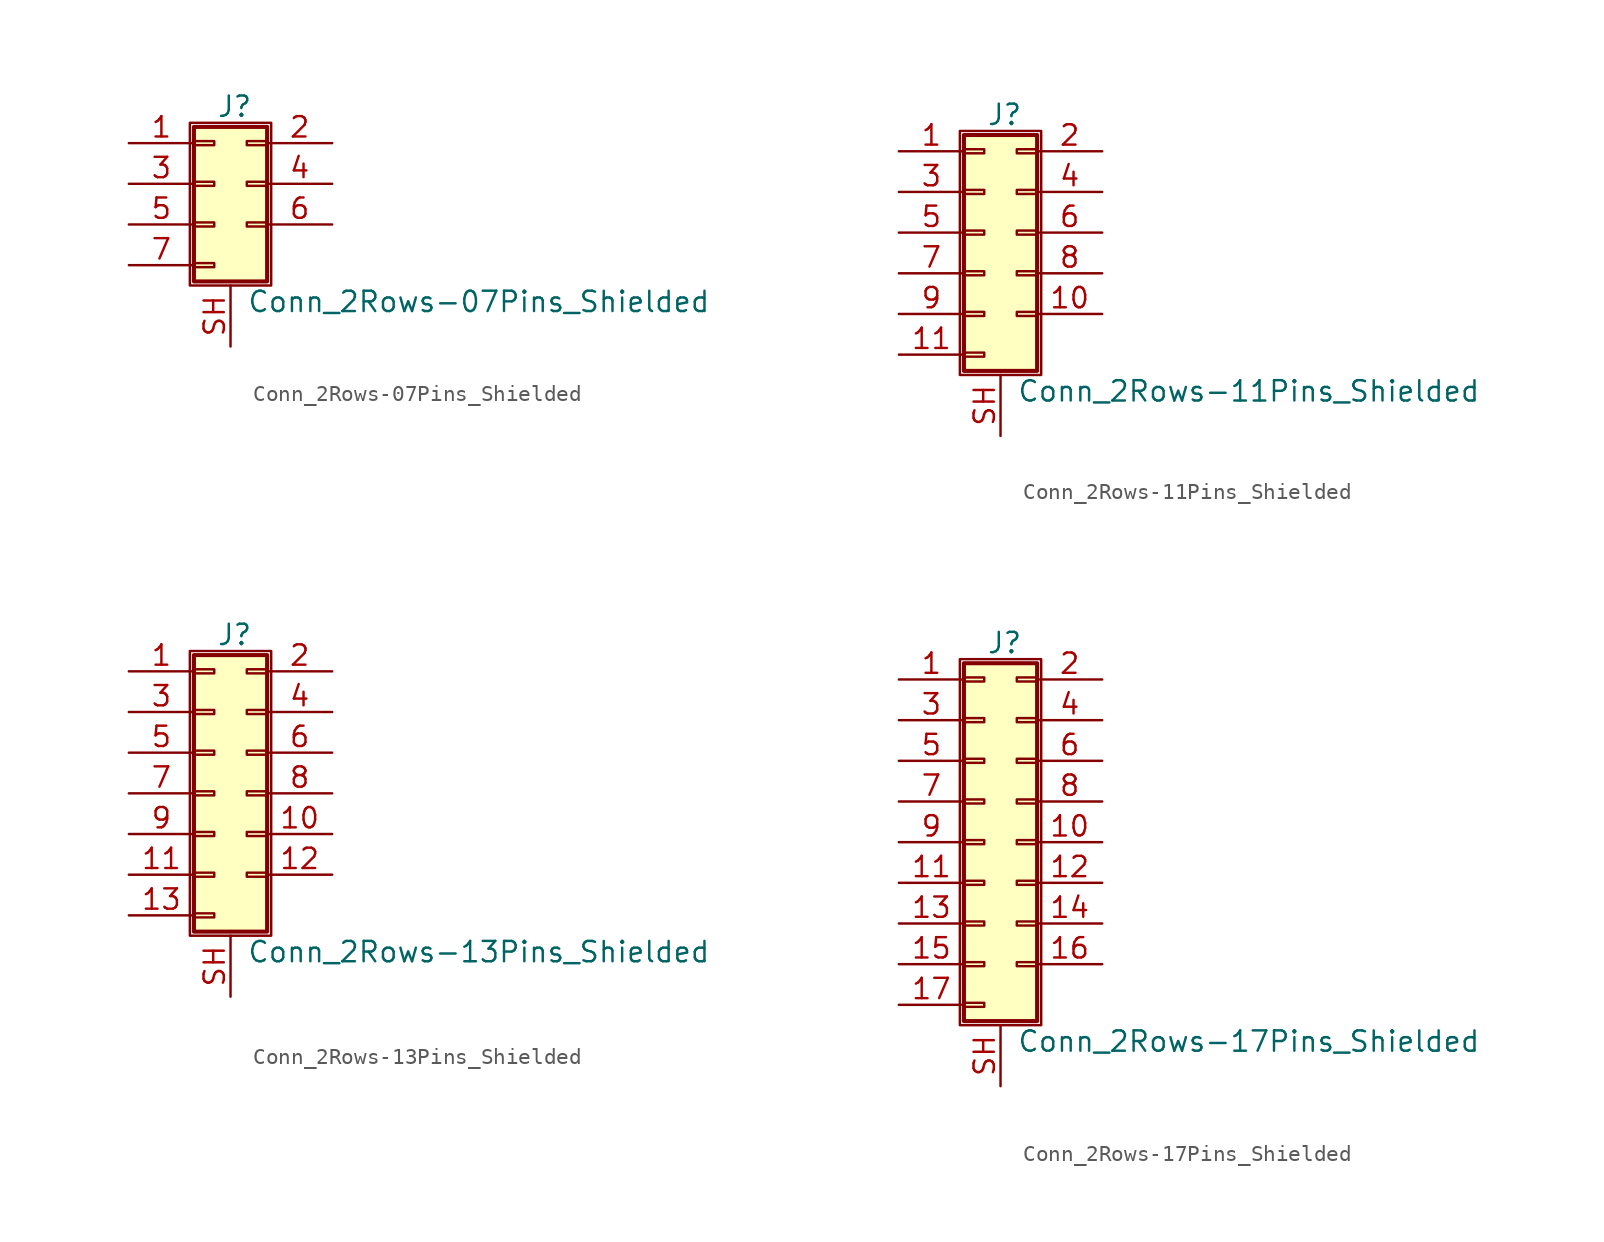
<source format=kicad_sym>
(kicad_symbol_lib
  (version 20201005)
  (generator kicad_symbol_editor)
  (symbol "Conn_2Rows-07Pins_Shielded"
    (pin_names
      (offset 1.016) hide)
    (property "Reference" "J"
      (at 1.524 4.826 0)
      (effects (font (size 1.27 1.27))))
    (property "Value" "Conn_2Rows-07Pins_Shielded"
      (at 2.286 -7.366 0)
      (effects (font (size 1.27 1.27)) (justify left)))
    (symbol "Conn_2Rows-07Pins_Shielded_1_1"
      (rectangle (start -1.27 3.81) (end 3.81 -6.35) (stroke (width 0.152)) (fill (type none)))
      (rectangle (start -1.016 -4.953) (end 0.254 -5.207) (stroke (width 0.152)) (fill (type none)))
      (rectangle (start -1.016 -2.413) (end 0.254 -2.667) (stroke (width 0.152)) (fill (type none)))
      (rectangle (start -1.016 0.127) (end 0.254 -0.127) (stroke (width 0.152)) (fill (type none)))
      (rectangle (start -1.016 2.667) (end 0.254 2.413) (stroke (width 0.152)) (fill (type none)))
      (rectangle (start -1.016 3.556) (end 3.556 -6.096) (stroke (width 0.254)) (fill (type background)))
      (rectangle (start 3.556 -2.413) (end 2.286 -2.667) (stroke (width 0.152)) (fill (type none)))
      (rectangle (start 3.556 0.127) (end 2.286 -0.127) (stroke (width 0.152)) (fill (type none)))
      (rectangle (start 3.556 2.667) (end 2.286 2.413) (stroke (width 0.152)) (fill (type none)))
      (pin passive line (at -5.08 2.54 0) (length 4.064) (name "Pin_1" (effects (font (size 1.27 1.27)))) (number "1" (effects (font (size 1.27 1.27)))))
      (pin passive line (at 7.62 2.54 180) (length 4.064) (name "Pin_2" (effects (font (size 1.27 1.27)))) (number "2" (effects (font (size 1.27 1.27)))))
      (pin passive line (at -5.08 0 0) (length 4.064) (name "Pin_3" (effects (font (size 1.27 1.27)))) (number "3" (effects (font (size 1.27 1.27)))))
      (pin passive line (at 7.62 0 180) (length 4.064) (name "Pin_4" (effects (font (size 1.27 1.27)))) (number "4" (effects (font (size 1.27 1.27)))))
      (pin passive line (at -5.08 -2.54 0) (length 4.064) (name "Pin_5" (effects (font (size 1.27 1.27)))) (number "5" (effects (font (size 1.27 1.27)))))
      (pin passive line (at 7.62 -2.54 180) (length 4.064) (name "Pin_6" (effects (font (size 1.27 1.27)))) (number "6" (effects (font (size 1.27 1.27)))))
      (pin passive line (at -5.08 -5.08 0) (length 4.064) (name "Pin_7" (effects (font (size 1.27 1.27)))) (number "7" (effects (font (size 1.27 1.27)))))
      (pin passive line (at 1.27 -10.16 90) (length 3.81) (name "Shield" (effects (font (size 1.27 1.27)))) (number "SH" (effects (font (size 1.27 1.27)))))))
  (symbol "Conn_2Rows-11Pins_Shielded"
    (pin_names
      (offset 1.016) hide)
    (property "Reference" "J"
      (at 1.524 7.366 0)
      (effects (font (size 1.27 1.27))))
    (property "Value" "Conn_2Rows-11Pins_Shielded"
      (at 2.286 -9.906 0)
      (effects (font (size 1.27 1.27)) (justify left)))
    (symbol "Conn_2Rows-11Pins_Shielded_1_1"
      (rectangle (start -1.27 6.35) (end 3.81 -8.89) (stroke (width 0.152)) (fill (type none)))
      (rectangle (start -1.016 -7.493) (end 0.254 -7.747) (stroke (width 0.152)) (fill (type none)))
      (rectangle (start -1.016 -4.953) (end 0.254 -5.207) (stroke (width 0.152)) (fill (type none)))
      (rectangle (start -1.016 -2.413) (end 0.254 -2.667) (stroke (width 0.152)) (fill (type none)))
      (rectangle (start -1.016 0.127) (end 0.254 -0.127) (stroke (width 0.152)) (fill (type none)))
      (rectangle (start -1.016 2.667) (end 0.254 2.413) (stroke (width 0.152)) (fill (type none)))
      (rectangle (start -1.016 5.207) (end 0.254 4.953) (stroke (width 0.152)) (fill (type none)))
      (rectangle (start -1.016 6.096) (end 3.556 -8.636) (stroke (width 0.254)) (fill (type background)))
      (rectangle (start 3.556 -4.953) (end 2.286 -5.207) (stroke (width 0.152)) (fill (type none)))
      (rectangle (start 3.556 -2.413) (end 2.286 -2.667) (stroke (width 0.152)) (fill (type none)))
      (rectangle (start 3.556 0.127) (end 2.286 -0.127) (stroke (width 0.152)) (fill (type none)))
      (rectangle (start 3.556 2.667) (end 2.286 2.413) (stroke (width 0.152)) (fill (type none)))
      (rectangle (start 3.556 5.207) (end 2.286 4.953) (stroke (width 0.152)) (fill (type none)))
      (pin passive line (at -5.08 5.08 0) (length 4.064) (name "Pin_1" (effects (font (size 1.27 1.27)))) (number "1" (effects (font (size 1.27 1.27)))))
      (pin passive line (at 7.62 -5.08 180) (length 4.064) (name "Pin_10" (effects (font (size 1.27 1.27)))) (number "10" (effects (font (size 1.27 1.27)))))
      (pin passive line (at -5.08 -7.62 0) (length 4.064) (name "Pin_11" (effects (font (size 1.27 1.27)))) (number "11" (effects (font (size 1.27 1.27)))))
      (pin passive line (at 7.62 5.08 180) (length 4.064) (name "Pin_2" (effects (font (size 1.27 1.27)))) (number "2" (effects (font (size 1.27 1.27)))))
      (pin passive line (at -5.08 2.54 0) (length 4.064) (name "Pin_3" (effects (font (size 1.27 1.27)))) (number "3" (effects (font (size 1.27 1.27)))))
      (pin passive line (at 7.62 2.54 180) (length 4.064) (name "Pin_4" (effects (font (size 1.27 1.27)))) (number "4" (effects (font (size 1.27 1.27)))))
      (pin passive line (at -5.08 0 0) (length 4.064) (name "Pin_5" (effects (font (size 1.27 1.27)))) (number "5" (effects (font (size 1.27 1.27)))))
      (pin passive line (at 7.62 0 180) (length 4.064) (name "Pin_6" (effects (font (size 1.27 1.27)))) (number "6" (effects (font (size 1.27 1.27)))))
      (pin passive line (at -5.08 -2.54 0) (length 4.064) (name "Pin_7" (effects (font (size 1.27 1.27)))) (number "7" (effects (font (size 1.27 1.27)))))
      (pin passive line (at 7.62 -2.54 180) (length 4.064) (name "Pin_8" (effects (font (size 1.27 1.27)))) (number "8" (effects (font (size 1.27 1.27)))))
      (pin passive line (at -5.08 -5.08 0) (length 4.064) (name "Pin_9" (effects (font (size 1.27 1.27)))) (number "9" (effects (font (size 1.27 1.27)))))
      (pin passive line (at 1.27 -12.7 90) (length 3.81) (name "Shield" (effects (font (size 1.27 1.27)))) (number "SH" (effects (font (size 1.27 1.27)))))))
  (symbol "Conn_2Rows-13Pins_Shielded"
    (pin_names
      (offset 1.016) hide)
    (property "Reference" "J"
      (at 1.524 9.906 0)
      (effects (font (size 1.27 1.27))))
    (property "Value" "Conn_2Rows-13Pins_Shielded"
      (at 2.286 -9.906 0)
      (effects (font (size 1.27 1.27)) (justify left)))
    (symbol "Conn_2Rows-13Pins_Shielded_1_1"
      (rectangle (start -1.27 8.89) (end 3.81 -8.89) (stroke (width 0.152)) (fill (type none)))
      (rectangle (start -1.016 -7.493) (end 0.254 -7.747) (stroke (width 0.152)) (fill (type none)))
      (rectangle (start -1.016 -4.953) (end 0.254 -5.207) (stroke (width 0.152)) (fill (type none)))
      (rectangle (start -1.016 -2.413) (end 0.254 -2.667) (stroke (width 0.152)) (fill (type none)))
      (rectangle (start -1.016 0.127) (end 0.254 -0.127) (stroke (width 0.152)) (fill (type none)))
      (rectangle (start -1.016 2.667) (end 0.254 2.413) (stroke (width 0.152)) (fill (type none)))
      (rectangle (start -1.016 5.207) (end 0.254 4.953) (stroke (width 0.152)) (fill (type none)))
      (rectangle (start -1.016 7.747) (end 0.254 7.493) (stroke (width 0.152)) (fill (type none)))
      (rectangle (start -1.016 8.636) (end 3.556 -8.636) (stroke (width 0.254)) (fill (type background)))
      (rectangle (start 3.556 -4.953) (end 2.286 -5.207) (stroke (width 0.152)) (fill (type none)))
      (rectangle (start 3.556 -2.413) (end 2.286 -2.667) (stroke (width 0.152)) (fill (type none)))
      (rectangle (start 3.556 0.127) (end 2.286 -0.127) (stroke (width 0.152)) (fill (type none)))
      (rectangle (start 3.556 2.667) (end 2.286 2.413) (stroke (width 0.152)) (fill (type none)))
      (rectangle (start 3.556 5.207) (end 2.286 4.953) (stroke (width 0.152)) (fill (type none)))
      (rectangle (start 3.556 7.747) (end 2.286 7.493) (stroke (width 0.152)) (fill (type none)))
      (pin passive line (at -5.08 7.62 0) (length 4.064) (name "Pin_1" (effects (font (size 1.27 1.27)))) (number "1" (effects (font (size 1.27 1.27)))))
      (pin passive line (at 7.62 -2.54 180) (length 4.064) (name "Pin_10" (effects (font (size 1.27 1.27)))) (number "10" (effects (font (size 1.27 1.27)))))
      (pin passive line (at -5.08 -5.08 0) (length 4.064) (name "Pin_11" (effects (font (size 1.27 1.27)))) (number "11" (effects (font (size 1.27 1.27)))))
      (pin passive line (at 7.62 -5.08 180) (length 4.064) (name "Pin_12" (effects (font (size 1.27 1.27)))) (number "12" (effects (font (size 1.27 1.27)))))
      (pin passive line (at -5.08 -7.62 0) (length 4.064) (name "Pin_13" (effects (font (size 1.27 1.27)))) (number "13" (effects (font (size 1.27 1.27)))))
      (pin passive line (at 7.62 7.62 180) (length 4.064) (name "Pin_2" (effects (font (size 1.27 1.27)))) (number "2" (effects (font (size 1.27 1.27)))))
      (pin passive line (at -5.08 5.08 0) (length 4.064) (name "Pin_3" (effects (font (size 1.27 1.27)))) (number "3" (effects (font (size 1.27 1.27)))))
      (pin passive line (at 7.62 5.08 180) (length 4.064) (name "Pin_4" (effects (font (size 1.27 1.27)))) (number "4" (effects (font (size 1.27 1.27)))))
      (pin passive line (at -5.08 2.54 0) (length 4.064) (name "Pin_5" (effects (font (size 1.27 1.27)))) (number "5" (effects (font (size 1.27 1.27)))))
      (pin passive line (at 7.62 2.54 180) (length 4.064) (name "Pin_6" (effects (font (size 1.27 1.27)))) (number "6" (effects (font (size 1.27 1.27)))))
      (pin passive line (at -5.08 0 0) (length 4.064) (name "Pin_7" (effects (font (size 1.27 1.27)))) (number "7" (effects (font (size 1.27 1.27)))))
      (pin passive line (at 7.62 0 180) (length 4.064) (name "Pin_8" (effects (font (size 1.27 1.27)))) (number "8" (effects (font (size 1.27 1.27)))))
      (pin passive line (at -5.08 -2.54 0) (length 4.064) (name "Pin_9" (effects (font (size 1.27 1.27)))) (number "9" (effects (font (size 1.27 1.27)))))
      (pin passive line (at 1.27 -12.7 90) (length 3.81) (name "Shield" (effects (font (size 1.27 1.27)))) (number "SH" (effects (font (size 1.27 1.27)))))))
  (symbol "Conn_2Rows-17Pins_Shielded"
    (pin_names
      (offset 1.016) hide)
    (property "Reference" "J"
      (at 1.524 12.446 0)
      (effects (font (size 1.27 1.27))))
    (property "Value" "Conn_2Rows-17Pins_Shielded"
      (at 2.286 -12.446 0)
      (effects (font (size 1.27 1.27)) (justify left)))
    (symbol "Conn_2Rows-17Pins_Shielded_1_1"
      (rectangle (start -1.27 11.43) (end 3.81 -11.43) (stroke (width 0.152)) (fill (type none)))
      (rectangle (start -1.016 -10.033) (end 0.254 -10.287) (stroke (width 0.152)) (fill (type none)))
      (rectangle (start -1.016 -7.493) (end 0.254 -7.747) (stroke (width 0.152)) (fill (type none)))
      (rectangle (start -1.016 -4.953) (end 0.254 -5.207) (stroke (width 0.152)) (fill (type none)))
      (rectangle (start -1.016 -2.413) (end 0.254 -2.667) (stroke (width 0.152)) (fill (type none)))
      (rectangle (start -1.016 0.127) (end 0.254 -0.127) (stroke (width 0.152)) (fill (type none)))
      (rectangle (start -1.016 2.667) (end 0.254 2.413) (stroke (width 0.152)) (fill (type none)))
      (rectangle (start -1.016 5.207) (end 0.254 4.953) (stroke (width 0.152)) (fill (type none)))
      (rectangle (start -1.016 7.747) (end 0.254 7.493) (stroke (width 0.152)) (fill (type none)))
      (rectangle (start -1.016 10.287) (end 0.254 10.033) (stroke (width 0.152)) (fill (type none)))
      (rectangle (start -1.016 11.176) (end 3.556 -11.176) (stroke (width 0.254)) (fill (type background)))
      (rectangle (start 3.556 -7.493) (end 2.286 -7.747) (stroke (width 0.152)) (fill (type none)))
      (rectangle (start 3.556 -4.953) (end 2.286 -5.207) (stroke (width 0.152)) (fill (type none)))
      (rectangle (start 3.556 -2.413) (end 2.286 -2.667) (stroke (width 0.152)) (fill (type none)))
      (rectangle (start 3.556 0.127) (end 2.286 -0.127) (stroke (width 0.152)) (fill (type none)))
      (rectangle (start 3.556 2.667) (end 2.286 2.413) (stroke (width 0.152)) (fill (type none)))
      (rectangle (start 3.556 5.207) (end 2.286 4.953) (stroke (width 0.152)) (fill (type none)))
      (rectangle (start 3.556 7.747) (end 2.286 7.493) (stroke (width 0.152)) (fill (type none)))
      (rectangle (start 3.556 10.287) (end 2.286 10.033) (stroke (width 0.152)) (fill (type none)))
      (pin passive line (at -5.08 10.16 0) (length 4.064) (name "Pin_1" (effects (font (size 1.27 1.27)))) (number "1" (effects (font (size 1.27 1.27)))))
      (pin passive line (at 7.62 0 180) (length 4.064) (name "Pin_10" (effects (font (size 1.27 1.27)))) (number "10" (effects (font (size 1.27 1.27)))))
      (pin passive line (at -5.08 -2.54 0) (length 4.064) (name "Pin_11" (effects (font (size 1.27 1.27)))) (number "11" (effects (font (size 1.27 1.27)))))
      (pin passive line (at 7.62 -2.54 180) (length 4.064) (name "Pin_12" (effects (font (size 1.27 1.27)))) (number "12" (effects (font (size 1.27 1.27)))))
      (pin passive line (at -5.08 -5.08 0) (length 4.064) (name "Pin_13" (effects (font (size 1.27 1.27)))) (number "13" (effects (font (size 1.27 1.27)))))
      (pin passive line (at 7.62 -5.08 180) (length 4.064) (name "Pin_14" (effects (font (size 1.27 1.27)))) (number "14" (effects (font (size 1.27 1.27)))))
      (pin passive line (at -5.08 -7.62 0) (length 4.064) (name "Pin_15" (effects (font (size 1.27 1.27)))) (number "15" (effects (font (size 1.27 1.27)))))
      (pin passive line (at 7.62 -7.62 180) (length 4.064) (name "Pin_16" (effects (font (size 1.27 1.27)))) (number "16" (effects (font (size 1.27 1.27)))))
      (pin passive line (at -5.08 -10.16 0) (length 4.064) (name "Pin_17" (effects (font (size 1.27 1.27)))) (number "17" (effects (font (size 1.27 1.27)))))
      (pin passive line (at 7.62 10.16 180) (length 4.064) (name "Pin_2" (effects (font (size 1.27 1.27)))) (number "2" (effects (font (size 1.27 1.27)))))
      (pin passive line (at -5.08 7.62 0) (length 4.064) (name "Pin_3" (effects (font (size 1.27 1.27)))) (number "3" (effects (font (size 1.27 1.27)))))
      (pin passive line (at 7.62 7.62 180) (length 4.064) (name "Pin_4" (effects (font (size 1.27 1.27)))) (number "4" (effects (font (size 1.27 1.27)))))
      (pin passive line (at -5.08 5.08 0) (length 4.064) (name "Pin_5" (effects (font (size 1.27 1.27)))) (number "5" (effects (font (size 1.27 1.27)))))
      (pin passive line (at 7.62 5.08 180) (length 4.064) (name "Pin_6" (effects (font (size 1.27 1.27)))) (number "6" (effects (font (size 1.27 1.27)))))
      (pin passive line (at -5.08 2.54 0) (length 4.064) (name "Pin_7" (effects (font (size 1.27 1.27)))) (number "7" (effects (font (size 1.27 1.27)))))
      (pin passive line (at 7.62 2.54 180) (length 4.064) (name "Pin_8" (effects (font (size 1.27 1.27)))) (number "8" (effects (font (size 1.27 1.27)))))
      (pin passive line (at -5.08 0 0) (length 4.064) (name "Pin_9" (effects (font (size 1.27 1.27)))) (number "9" (effects (font (size 1.27 1.27)))))
      (pin passive line (at 1.27 -15.24 90) (length 3.81) (name "Shield" (effects (font (size 1.27 1.27)))) (number "SH" (effects (font (size 1.27 1.27))))))))
</source>
